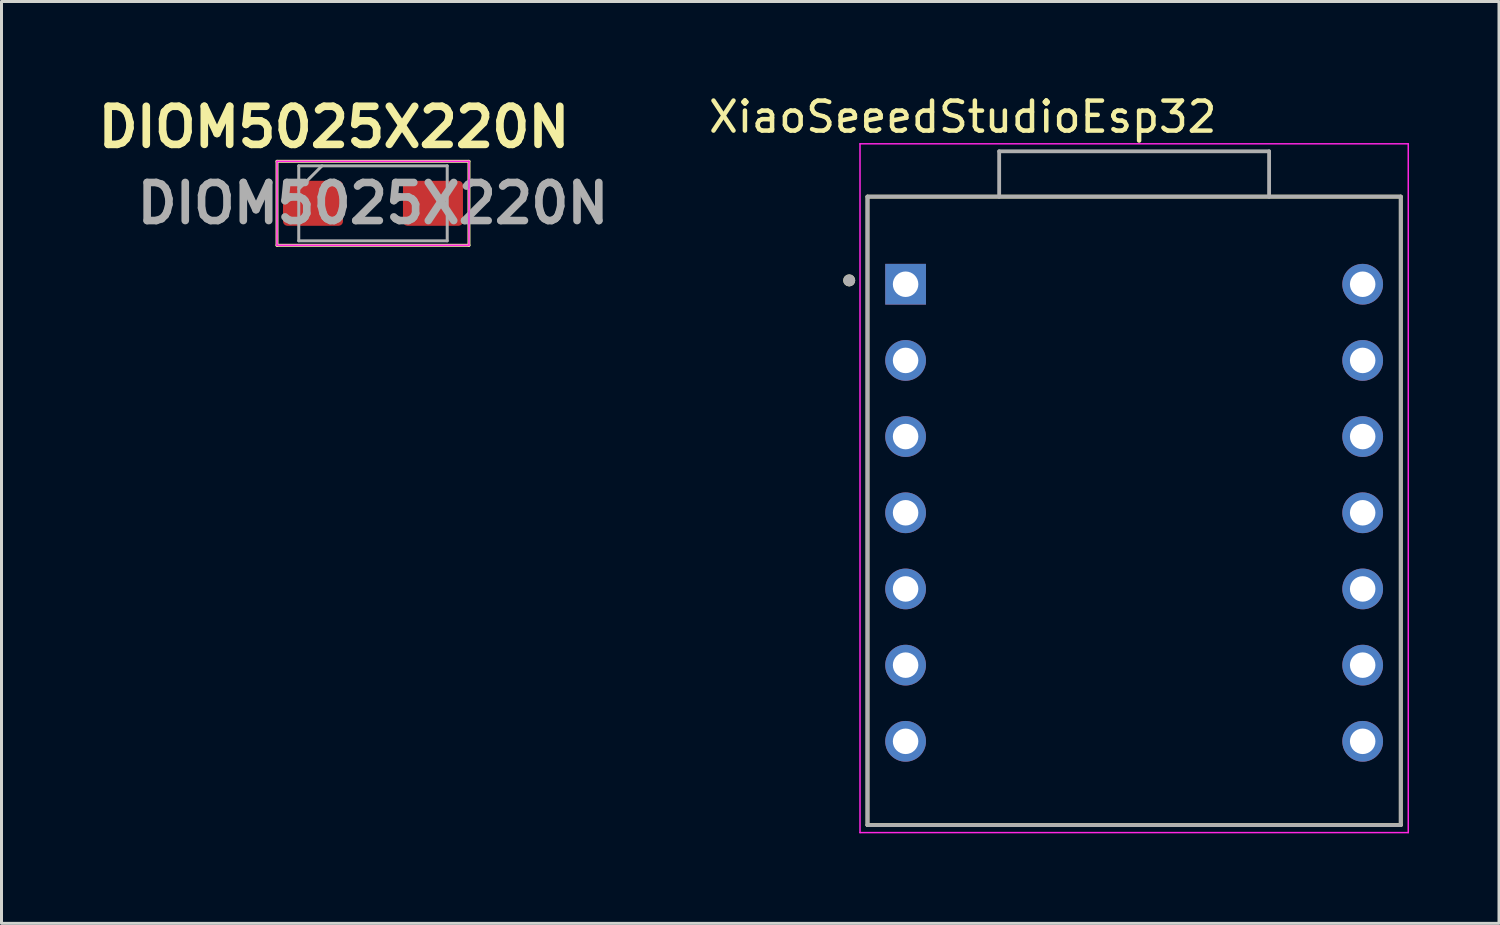
<source format=kicad_pcb>
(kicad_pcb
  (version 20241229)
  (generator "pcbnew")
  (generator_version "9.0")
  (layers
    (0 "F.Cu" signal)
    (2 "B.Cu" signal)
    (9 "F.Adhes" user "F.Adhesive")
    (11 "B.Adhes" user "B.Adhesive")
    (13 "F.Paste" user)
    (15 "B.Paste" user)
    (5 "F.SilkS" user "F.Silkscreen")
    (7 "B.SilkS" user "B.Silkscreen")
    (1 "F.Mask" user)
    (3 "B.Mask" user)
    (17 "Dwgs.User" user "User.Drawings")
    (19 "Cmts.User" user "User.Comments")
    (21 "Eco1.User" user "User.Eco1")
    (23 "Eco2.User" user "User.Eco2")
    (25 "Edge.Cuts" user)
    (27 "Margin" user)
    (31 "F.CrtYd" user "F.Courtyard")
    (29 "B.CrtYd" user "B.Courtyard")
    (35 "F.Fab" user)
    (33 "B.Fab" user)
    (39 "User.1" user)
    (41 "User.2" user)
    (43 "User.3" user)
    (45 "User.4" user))
  (footprint "DIOM5025X220N"
    (layer "F.Cu")
    (at 9.386 3.729)
    (property "Reference" "DIOM5025X220N" (at -1.3 -2.54 180) (layer "F.SilkS") (effects (font (size 1.27 1.27) (thickness 0.254))))
    (attr smd)
    (fp_line (start -3.2 1.4) (end -3.2 -1.4) (stroke (width 0.1) (type solid)) (layer "F.SilkS"))
    (fp_line (start -3.2 1.4) (end 3.2 1.4) (stroke (width 0.1) (type solid)) (layer "F.SilkS"))
    (fp_line (start 3.2 -1.4) (end -3.2 -1.4) (stroke (width 0.1) (type solid)) (layer "F.SilkS"))
    (fp_line (start 3.2 -1.4) (end 3.2 1.4) (stroke (width 0.1) (type solid)) (layer "F.SilkS"))
    (fp_line (start -3.2 -1.4) (end 3.2 -1.4) (stroke (width 0.05) (type solid)) (layer "F.CrtYd"))
    (fp_line (start -3.2 1.4) (end -3.2 -1.4) (stroke (width 0.05) (type solid)) (layer "F.CrtYd"))
    (fp_line (start 3.2 -1.4) (end 3.2 1.4) (stroke (width 0.05) (type solid)) (layer "F.CrtYd"))
    (fp_line (start 3.2 1.4) (end -3.2 1.4) (stroke (width 0.05) (type solid)) (layer "F.CrtYd"))
    (fp_line (start -2.475 -1.25) (end 2.475 -1.25) (stroke (width 0.1) (type solid)) (layer "F.Fab"))
    (fp_line (start -2.475 -0.475) (end -1.7 -1.25) (stroke (width 0.1) (type solid)) (layer "F.Fab"))
    (fp_line (start -2.475 1.25) (end -2.475 -1.25) (stroke (width 0.1) (type solid)) (layer "F.Fab"))
    (fp_line (start 2.475 -1.25) (end 2.475 1.25) (stroke (width 0.1) (type solid)) (layer "F.Fab"))
    (fp_line (start 2.475 1.25) (end -2.475 1.25) (stroke (width 0.1) (type solid)) (layer "F.Fab"))
    (fp_text user "${REFERENCE}" (at 0 0 180) (layer "F.Fab") (effects (font (size 1.27 1.27) (thickness 0.254))))
    (pad "1" smd roundrect (at -2 0 90) (size 1.5 2) (layers "F.Cu" "F.Mask" "F.Paste") (roundrect_rratio 0.1))
    (pad "2" smd roundrect (at 2 0 90) (size 1.5 2) (layers "F.Cu" "F.Mask" "F.Paste") (roundrect_rratio 0.1)))
  (footprint "XiaoSeeedStudioEsp32"
    (layer "F.Cu")
    (at 34.764 13.983)
    (property "Reference" "XiaoSeeedStudioEsp32" (at -5.715 -13.135 0) (layer "F.SilkS") (effects (font (size 1 1) (thickness 0.15))))
    (attr through_hole)
    (fp_line (start -8.89 -10.477) (end 8.89 -10.477) (stroke (width 0.127) (type solid)) (layer "F.SilkS"))
    (fp_line (start -8.89 10.477) (end -8.89 -10.477) (stroke (width 0.127) (type solid)) (layer "F.SilkS"))
    (fp_line (start 8.89 -10.477) (end 8.89 10.477) (stroke (width 0.127) (type solid)) (layer "F.SilkS"))
    (fp_line (start 8.89 10.477) (end -8.89 10.477) (stroke (width 0.127) (type solid)) (layer "F.SilkS"))
    (fp_circle (center -9.5 -7.684) (end -9.4 -7.684) (stroke (width 0.2) (type solid)) (fill no) (layer "F.SilkS"))
    (fp_line (start -9.14 -12.238) (end -9.14 10.727) (stroke (width 0.05) (type solid)) (layer "F.CrtYd"))
    (fp_line (start -9.14 10.727) (end 9.14 10.727) (stroke (width 0.05) (type solid)) (layer "F.CrtYd"))
    (fp_line (start 9.14 -12.238) (end -9.14 -12.238) (stroke (width 0.05) (type solid)) (layer "F.CrtYd"))
    (fp_line (start 9.14 10.727) (end 9.14 -12.238) (stroke (width 0.05) (type solid)) (layer "F.CrtYd"))
    (fp_line (start -8.89 -10.477) (end -4.5 -10.477) (stroke (width 0.127) (type solid)) (layer "F.Fab"))
    (fp_line (start -8.89 10.477) (end -8.89 -10.477) (stroke (width 0.127) (type solid)) (layer "F.Fab"))
    (fp_line (start -4.5 -11.988) (end 4.5 -11.988) (stroke (width 0.127) (type solid)) (layer "F.Fab"))
    (fp_line (start -4.5 -10.477) (end -4.5 -11.988) (stroke (width 0.127) (type solid)) (layer "F.Fab"))
    (fp_line (start -4.5 -10.477) (end 4.5 -10.477) (stroke (width 0.127) (type solid)) (layer "F.Fab"))
    (fp_line (start 4.5 -11.988) (end 4.5 -10.477) (stroke (width 0.127) (type solid)) (layer "F.Fab"))
    (fp_line (start 4.5 -10.477) (end 8.89 -10.477) (stroke (width 0.127) (type solid)) (layer "F.Fab"))
    (fp_line (start 8.89 -10.477) (end 8.89 10.477) (stroke (width 0.127) (type solid)) (layer "F.Fab"))
    (fp_line (start 8.89 10.477) (end -8.89 10.477) (stroke (width 0.127) (type solid)) (layer "F.Fab"))
    (fp_circle (center -9.5 -7.684) (end -9.4 -7.684) (stroke (width 0.2) (type solid)) (fill no) (layer "F.Fab"))
    (pad "1" thru_hole rect (at -7.62 -7.556) (size 1.358 1.358) (drill 0.85) (layers "*.Cu" "*.Mask"))
    (pad "2" thru_hole circle (at -7.62 -5.016) (size 1.358 1.358) (drill 0.85) (layers "*.Cu" "*.Mask"))
    (pad "3" thru_hole circle (at -7.62 -2.477) (size 1.358 1.358) (drill 0.85) (layers "*.Cu" "*.Mask"))
    (pad "4" thru_hole circle (at -7.62 0.064) (size 1.358 1.358) (drill 0.85) (layers "*.Cu" "*.Mask"))
    (pad "5" thru_hole circle (at -7.62 2.603) (size 1.358 1.358) (drill 0.85) (layers "*.Cu" "*.Mask"))
    (pad "6" thru_hole circle (at -7.62 5.144) (size 1.358 1.358) (drill 0.85) (layers "*.Cu" "*.Mask"))
    (pad "7" thru_hole circle (at -7.62 7.684) (size 1.358 1.358) (drill 0.85) (layers "*.Cu" "*.Mask"))
    (pad "8" thru_hole circle (at 7.62 7.684) (size 1.358 1.358) (drill 0.85) (layers "*.Cu" "*.Mask"))
    (pad "9" thru_hole circle (at 7.62 5.144) (size 1.358 1.358) (drill 0.85) (layers "*.Cu" "*.Mask"))
    (pad "10" thru_hole circle (at 7.62 2.603) (size 1.358 1.358) (drill 0.85) (layers "*.Cu" "*.Mask"))
    (pad "11" thru_hole circle (at 7.62 0.064) (size 1.358 1.358) (drill 0.85) (layers "*.Cu" "*.Mask"))
    (pad "12" thru_hole circle (at 7.62 -2.477) (size 1.358 1.358) (drill 0.85) (layers "*.Cu" "*.Mask"))
    (pad "13" thru_hole circle (at 7.62 -5.016) (size 1.358 1.358) (drill 0.85) (layers "*.Cu" "*.Mask"))
    (pad "14" thru_hole circle (at 7.62 -7.556) (size 1.358 1.358) (drill 0.85) (layers "*.Cu" "*.Mask")))
  (gr_rect
    (start -3 -3)
    (end 46.929 27.736)
    (stroke (width 0.1) (type default))
    (fill no)
    (layer "Edge.Cuts")))
</source>
